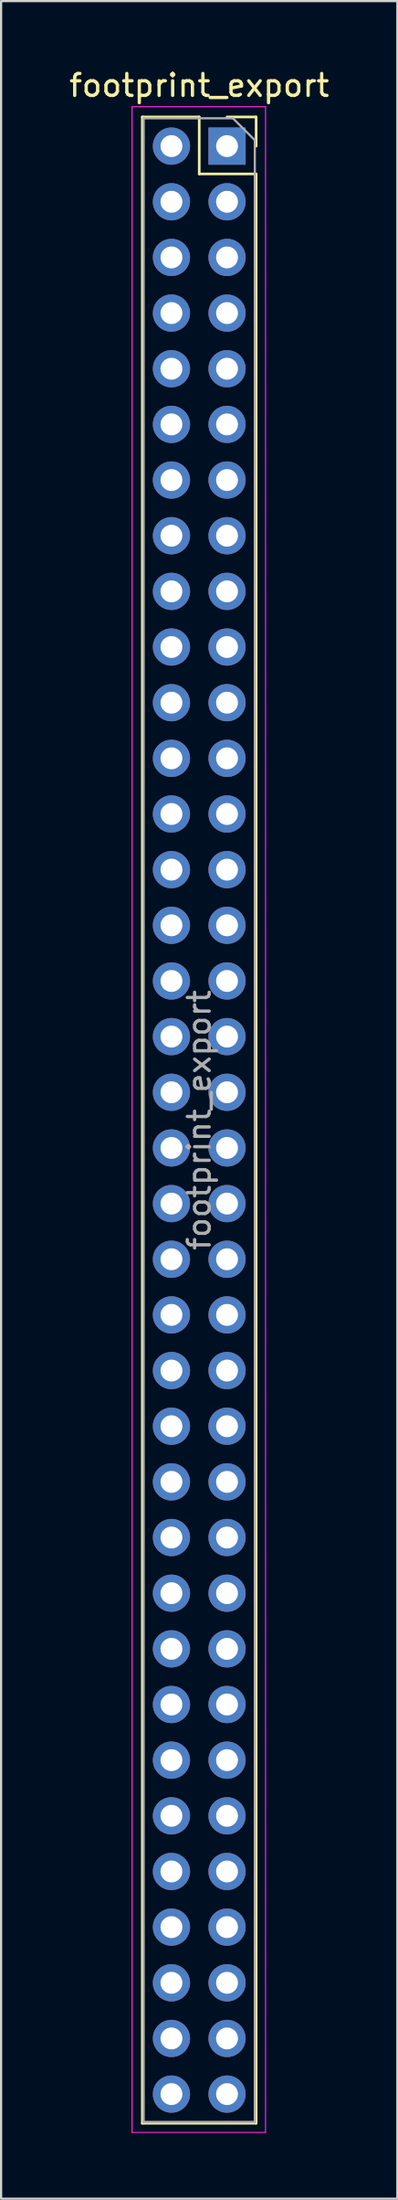
<source format=kicad_pcb>
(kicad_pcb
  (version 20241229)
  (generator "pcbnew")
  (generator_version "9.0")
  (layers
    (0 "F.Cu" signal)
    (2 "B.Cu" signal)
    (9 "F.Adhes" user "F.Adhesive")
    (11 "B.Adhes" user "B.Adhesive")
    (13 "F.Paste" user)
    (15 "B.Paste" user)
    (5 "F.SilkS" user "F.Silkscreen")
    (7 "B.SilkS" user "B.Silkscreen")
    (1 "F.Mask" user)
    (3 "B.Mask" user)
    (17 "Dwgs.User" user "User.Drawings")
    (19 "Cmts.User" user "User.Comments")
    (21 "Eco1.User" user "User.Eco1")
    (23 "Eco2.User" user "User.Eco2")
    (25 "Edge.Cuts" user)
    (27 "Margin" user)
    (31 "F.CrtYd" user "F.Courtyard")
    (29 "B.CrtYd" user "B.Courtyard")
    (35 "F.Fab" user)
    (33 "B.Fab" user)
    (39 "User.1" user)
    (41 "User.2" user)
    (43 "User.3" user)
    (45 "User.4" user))
  (footprint "footprint_export"
    (layer "F.Cu")
    (at 7.324 3.618)
    (property "Reference" "footprint_export" (at -1.27 -2.77 0) (layer "F.SilkS") (effects (font (size 1 1) (thickness 0.15))))
    (attr through_hole)
    (fp_line (start -3.87 -1.33) (end -3.87 90.23) (stroke (width 0.12) (type solid)) (layer "F.SilkS"))
    (fp_line (start -3.87 -1.33) (end -1.27 -1.33) (stroke (width 0.12) (type solid)) (layer "F.SilkS"))
    (fp_line (start -3.87 90.23) (end 1.33 90.23) (stroke (width 0.12) (type solid)) (layer "F.SilkS"))
    (fp_line (start -1.27 -1.33) (end -1.27 1.27) (stroke (width 0.12) (type solid)) (layer "F.SilkS"))
    (fp_line (start -1.27 1.27) (end 1.33 1.27) (stroke (width 0.12) (type solid)) (layer "F.SilkS"))
    (fp_line (start 0 -1.33) (end 1.33 -1.33) (stroke (width 0.12) (type solid)) (layer "F.SilkS"))
    (fp_line (start 1.33 -1.33) (end 1.33 0) (stroke (width 0.12) (type solid)) (layer "F.SilkS"))
    (fp_line (start 1.33 1.27) (end 1.33 90.23) (stroke (width 0.12) (type solid)) (layer "F.SilkS"))
    (fp_line (start -4.34 -1.8) (end 1.76 -1.8) (stroke (width 0.05) (type solid)) (layer "F.CrtYd"))
    (fp_line (start -4.34 90.65) (end -4.34 -1.8) (stroke (width 0.05) (type solid)) (layer "F.CrtYd"))
    (fp_line (start 1.76 -1.8) (end 1.76 90.65) (stroke (width 0.05) (type solid)) (layer "F.CrtYd"))
    (fp_line (start 1.76 90.65) (end -4.34 90.65) (stroke (width 0.05) (type solid)) (layer "F.CrtYd"))
    (fp_line (start -3.81 -1.27) (end 0.27 -1.27) (stroke (width 0.1) (type solid)) (layer "F.Fab"))
    (fp_line (start -3.81 90.17) (end -3.81 -1.27) (stroke (width 0.1) (type solid)) (layer "F.Fab"))
    (fp_line (start 0.27 -1.27) (end 1.27 -0.27) (stroke (width 0.1) (type solid)) (layer "F.Fab"))
    (fp_line (start 1.27 -0.27) (end 1.27 90.17) (stroke (width 0.1) (type solid)) (layer "F.Fab"))
    (fp_line (start 1.27 90.17) (end -3.81 90.17) (stroke (width 0.1) (type solid)) (layer "F.Fab"))
    (fp_text user "${REFERENCE}" (at -1.27 44.45 90) (layer "F.Fab") (effects (font (size 1 1) (thickness 0.15))))
    (pad "1" thru_hole rect (at 0 0) (size 1.7 1.7) (drill 1) (layers "*.Cu" "*.Mask"))
    (pad "2" thru_hole oval (at -2.54 0) (size 1.7 1.7) (drill 1) (layers "*.Cu" "*.Mask"))
    (pad "3" thru_hole oval (at 0 2.54) (size 1.7 1.7) (drill 1) (layers "*.Cu" "*.Mask"))
    (pad "4" thru_hole oval (at -2.54 2.54) (size 1.7 1.7) (drill 1) (layers "*.Cu" "*.Mask"))
    (pad "5" thru_hole oval (at 0 5.08) (size 1.7 1.7) (drill 1) (layers "*.Cu" "*.Mask"))
    (pad "6" thru_hole oval (at -2.54 5.08) (size 1.7 1.7) (drill 1) (layers "*.Cu" "*.Mask"))
    (pad "7" thru_hole oval (at 0 7.62) (size 1.7 1.7) (drill 1) (layers "*.Cu" "*.Mask"))
    (pad "8" thru_hole oval (at -2.54 7.62) (size 1.7 1.7) (drill 1) (layers "*.Cu" "*.Mask"))
    (pad "9" thru_hole oval (at 0 10.16) (size 1.7 1.7) (drill 1) (layers "*.Cu" "*.Mask"))
    (pad "10" thru_hole oval (at -2.54 10.16) (size 1.7 1.7) (drill 1) (layers "*.Cu" "*.Mask"))
    (pad "11" thru_hole oval (at 0 12.7) (size 1.7 1.7) (drill 1) (layers "*.Cu" "*.Mask"))
    (pad "12" thru_hole oval (at -2.54 12.7) (size 1.7 1.7) (drill 1) (layers "*.Cu" "*.Mask"))
    (pad "13" thru_hole oval (at 0 15.24) (size 1.7 1.7) (drill 1) (layers "*.Cu" "*.Mask"))
    (pad "14" thru_hole oval (at -2.54 15.24) (size 1.7 1.7) (drill 1) (layers "*.Cu" "*.Mask"))
    (pad "15" thru_hole oval (at 0 17.78) (size 1.7 1.7) (drill 1) (layers "*.Cu" "*.Mask"))
    (pad "16" thru_hole oval (at -2.54 17.78) (size 1.7 1.7) (drill 1) (layers "*.Cu" "*.Mask"))
    (pad "17" thru_hole oval (at 0 20.32) (size 1.7 1.7) (drill 1) (layers "*.Cu" "*.Mask"))
    (pad "18" thru_hole oval (at -2.54 20.32) (size 1.7 1.7) (drill 1) (layers "*.Cu" "*.Mask"))
    (pad "19" thru_hole oval (at 0 22.86) (size 1.7 1.7) (drill 1) (layers "*.Cu" "*.Mask"))
    (pad "20" thru_hole oval (at -2.54 22.86) (size 1.7 1.7) (drill 1) (layers "*.Cu" "*.Mask"))
    (pad "21" thru_hole oval (at 0 25.4) (size 1.7 1.7) (drill 1) (layers "*.Cu" "*.Mask"))
    (pad "22" thru_hole oval (at -2.54 25.4) (size 1.7 1.7) (drill 1) (layers "*.Cu" "*.Mask"))
    (pad "23" thru_hole oval (at 0 27.94) (size 1.7 1.7) (drill 1) (layers "*.Cu" "*.Mask"))
    (pad "24" thru_hole oval (at -2.54 27.94) (size 1.7 1.7) (drill 1) (layers "*.Cu" "*.Mask"))
    (pad "25" thru_hole oval (at 0 30.48) (size 1.7 1.7) (drill 1) (layers "*.Cu" "*.Mask"))
    (pad "26" thru_hole oval (at -2.54 30.48) (size 1.7 1.7) (drill 1) (layers "*.Cu" "*.Mask"))
    (pad "27" thru_hole oval (at 0 33.02) (size 1.7 1.7) (drill 1) (layers "*.Cu" "*.Mask"))
    (pad "28" thru_hole oval (at -2.54 33.02) (size 1.7 1.7) (drill 1) (layers "*.Cu" "*.Mask"))
    (pad "29" thru_hole oval (at 0 35.56) (size 1.7 1.7) (drill 1) (layers "*.Cu" "*.Mask"))
    (pad "30" thru_hole oval (at -2.54 35.56) (size 1.7 1.7) (drill 1) (layers "*.Cu" "*.Mask"))
    (pad "31" thru_hole oval (at 0 38.1) (size 1.7 1.7) (drill 1) (layers "*.Cu" "*.Mask"))
    (pad "32" thru_hole oval (at -2.54 38.1) (size 1.7 1.7) (drill 1) (layers "*.Cu" "*.Mask"))
    (pad "33" thru_hole oval (at 0 40.64) (size 1.7 1.7) (drill 1) (layers "*.Cu" "*.Mask"))
    (pad "34" thru_hole oval (at -2.54 40.64) (size 1.7 1.7) (drill 1) (layers "*.Cu" "*.Mask"))
    (pad "35" thru_hole oval (at 0 43.18) (size 1.7 1.7) (drill 1) (layers "*.Cu" "*.Mask"))
    (pad "36" thru_hole oval (at -2.54 43.18) (size 1.7 1.7) (drill 1) (layers "*.Cu" "*.Mask"))
    (pad "37" thru_hole oval (at 0 45.72) (size 1.7 1.7) (drill 1) (layers "*.Cu" "*.Mask"))
    (pad "38" thru_hole oval (at -2.54 45.72) (size 1.7 1.7) (drill 1) (layers "*.Cu" "*.Mask"))
    (pad "39" thru_hole oval (at 0 48.26) (size 1.7 1.7) (drill 1) (layers "*.Cu" "*.Mask"))
    (pad "40" thru_hole oval (at -2.54 48.26) (size 1.7 1.7) (drill 1) (layers "*.Cu" "*.Mask"))
    (pad "41" thru_hole oval (at 0 50.8) (size 1.7 1.7) (drill 1) (layers "*.Cu" "*.Mask"))
    (pad "42" thru_hole oval (at -2.54 50.8) (size 1.7 1.7) (drill 1) (layers "*.Cu" "*.Mask"))
    (pad "43" thru_hole oval (at 0 53.34) (size 1.7 1.7) (drill 1) (layers "*.Cu" "*.Mask"))
    (pad "44" thru_hole oval (at -2.54 53.34) (size 1.7 1.7) (drill 1) (layers "*.Cu" "*.Mask"))
    (pad "45" thru_hole oval (at 0 55.88) (size 1.7 1.7) (drill 1) (layers "*.Cu" "*.Mask"))
    (pad "46" thru_hole oval (at -2.54 55.88) (size 1.7 1.7) (drill 1) (layers "*.Cu" "*.Mask"))
    (pad "47" thru_hole oval (at 0 58.42) (size 1.7 1.7) (drill 1) (layers "*.Cu" "*.Mask"))
    (pad "48" thru_hole oval (at -2.54 58.42) (size 1.7 1.7) (drill 1) (layers "*.Cu" "*.Mask"))
    (pad "49" thru_hole oval (at 0 60.96) (size 1.7 1.7) (drill 1) (layers "*.Cu" "*.Mask"))
    (pad "50" thru_hole oval (at -2.54 60.96) (size 1.7 1.7) (drill 1) (layers "*.Cu" "*.Mask"))
    (pad "51" thru_hole oval (at 0 63.5) (size 1.7 1.7) (drill 1) (layers "*.Cu" "*.Mask"))
    (pad "52" thru_hole oval (at -2.54 63.5) (size 1.7 1.7) (drill 1) (layers "*.Cu" "*.Mask"))
    (pad "53" thru_hole oval (at 0 66.04) (size 1.7 1.7) (drill 1) (layers "*.Cu" "*.Mask"))
    (pad "54" thru_hole oval (at -2.54 66.04) (size 1.7 1.7) (drill 1) (layers "*.Cu" "*.Mask"))
    (pad "55" thru_hole oval (at 0 68.58) (size 1.7 1.7) (drill 1) (layers "*.Cu" "*.Mask"))
    (pad "56" thru_hole oval (at -2.54 68.58) (size 1.7 1.7) (drill 1) (layers "*.Cu" "*.Mask"))
    (pad "57" thru_hole oval (at 0 71.12) (size 1.7 1.7) (drill 1) (layers "*.Cu" "*.Mask"))
    (pad "58" thru_hole oval (at -2.54 71.12) (size 1.7 1.7) (drill 1) (layers "*.Cu" "*.Mask"))
    (pad "59" thru_hole oval (at 0 73.66) (size 1.7 1.7) (drill 1) (layers "*.Cu" "*.Mask"))
    (pad "60" thru_hole oval (at -2.54 73.66) (size 1.7 1.7) (drill 1) (layers "*.Cu" "*.Mask"))
    (pad "61" thru_hole oval (at 0 76.2) (size 1.7 1.7) (drill 1) (layers "*.Cu" "*.Mask"))
    (pad "62" thru_hole oval (at -2.54 76.2) (size 1.7 1.7) (drill 1) (layers "*.Cu" "*.Mask"))
    (pad "63" thru_hole oval (at 0 78.74) (size 1.7 1.7) (drill 1) (layers "*.Cu" "*.Mask"))
    (pad "64" thru_hole oval (at -2.54 78.74) (size 1.7 1.7) (drill 1) (layers "*.Cu" "*.Mask"))
    (pad "65" thru_hole oval (at 0 81.28) (size 1.7 1.7) (drill 1) (layers "*.Cu" "*.Mask"))
    (pad "66" thru_hole oval (at -2.54 81.28) (size 1.7 1.7) (drill 1) (layers "*.Cu" "*.Mask"))
    (pad "67" thru_hole oval (at 0 83.82) (size 1.7 1.7) (drill 1) (layers "*.Cu" "*.Mask"))
    (pad "68" thru_hole oval (at -2.54 83.82) (size 1.7 1.7) (drill 1) (layers "*.Cu" "*.Mask"))
    (pad "69" thru_hole oval (at 0 86.36) (size 1.7 1.7) (drill 1) (layers "*.Cu" "*.Mask"))
    (pad "70" thru_hole oval (at -2.54 86.36) (size 1.7 1.7) (drill 1) (layers "*.Cu" "*.Mask"))
    (pad "71" thru_hole oval (at 0 88.9) (size 1.7 1.7) (drill 1) (layers "*.Cu" "*.Mask"))
    (pad "72" thru_hole oval (at -2.54 88.9) (size 1.7 1.7) (drill 1) (layers "*.Cu" "*.Mask")))
  (gr_rect
    (start -3 -3)
    (end 15.107 97.293)
    (stroke (width 0.1) (type default))
    (fill no)
    (layer "Edge.Cuts")))
</source>
